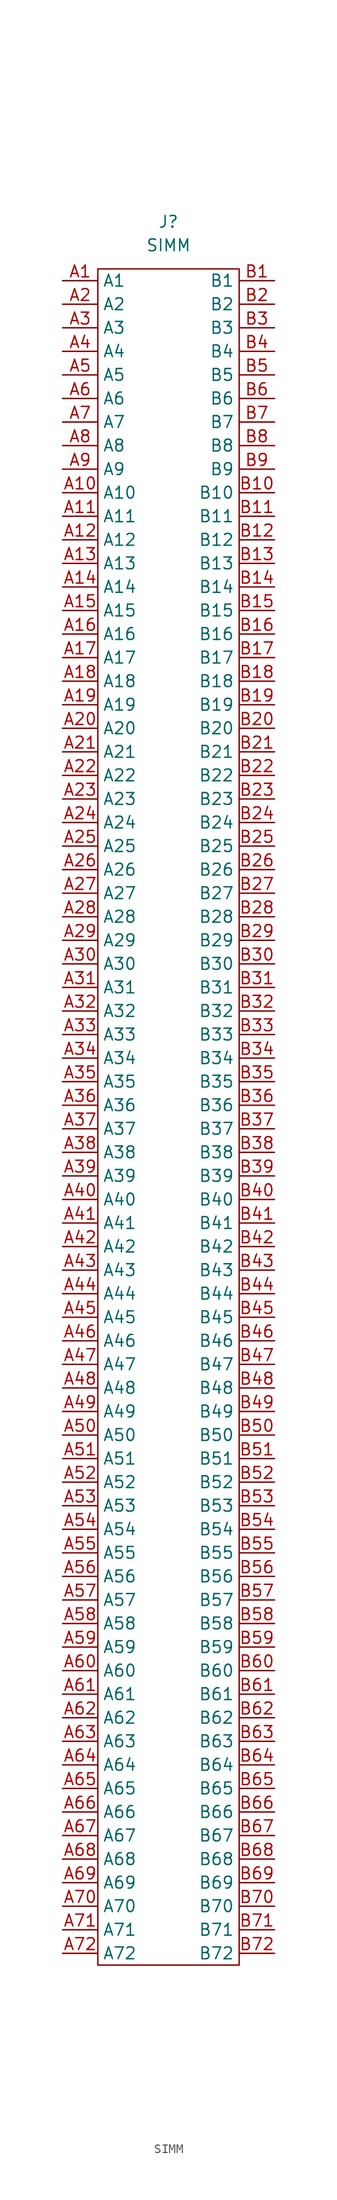
<source format=kicad_sym>
(kicad_symbol_lib
  (version 20211014)
  (generator kicad_symbol_editor)
  (symbol "SIMM"
    (property "Reference" "J"
      (at 0 93.98 0)
      (effects (font (size 1.27 1.27))))
    (property "Value" "SIMM"
      (at 0 91.44 0)
      (effects (font (size 1.27 1.27))))
    (symbol "SIMM_0_1"
      (rectangle (start -7.62 88.9) (end 7.62 -93.98) (stroke (width 0) (type default) (color 0 0 0 0)) (fill (type none))))
    (symbol "SIMM_1_1"
      (pin input line (at -11.43 87.63 0) (length 3.81) (name "A1" (effects (font (size 1.27 1.27)))) (number "A1" (effects (font (size 1.27 1.27)))))
      (pin input line (at -11.43 64.77 0) (length 3.81) (name "A10" (effects (font (size 1.27 1.27)))) (number "A10" (effects (font (size 1.27 1.27)))))
      (pin input line (at -11.43 62.23 0) (length 3.81) (name "A11" (effects (font (size 1.27 1.27)))) (number "A11" (effects (font (size 1.27 1.27)))))
      (pin input line (at -11.43 59.69 0) (length 3.81) (name "A12" (effects (font (size 1.27 1.27)))) (number "A12" (effects (font (size 1.27 1.27)))))
      (pin input line (at -11.43 57.15 0) (length 3.81) (name "A13" (effects (font (size 1.27 1.27)))) (number "A13" (effects (font (size 1.27 1.27)))))
      (pin input line (at -11.43 54.61 0) (length 3.81) (name "A14" (effects (font (size 1.27 1.27)))) (number "A14" (effects (font (size 1.27 1.27)))))
      (pin input line (at -11.43 52.07 0) (length 3.81) (name "A15" (effects (font (size 1.27 1.27)))) (number "A15" (effects (font (size 1.27 1.27)))))
      (pin input line (at -11.43 49.53 0) (length 3.81) (name "A16" (effects (font (size 1.27 1.27)))) (number "A16" (effects (font (size 1.27 1.27)))))
      (pin input line (at -11.43 46.99 0) (length 3.81) (name "A17" (effects (font (size 1.27 1.27)))) (number "A17" (effects (font (size 1.27 1.27)))))
      (pin input line (at -11.43 44.45 0) (length 3.81) (name "A18" (effects (font (size 1.27 1.27)))) (number "A18" (effects (font (size 1.27 1.27)))))
      (pin input line (at -11.43 41.91 0) (length 3.81) (name "A19" (effects (font (size 1.27 1.27)))) (number "A19" (effects (font (size 1.27 1.27)))))
      (pin input line (at -11.43 85.09 0) (length 3.81) (name "A2" (effects (font (size 1.27 1.27)))) (number "A2" (effects (font (size 1.27 1.27)))))
      (pin input line (at -11.43 39.37 0) (length 3.81) (name "A20" (effects (font (size 1.27 1.27)))) (number "A20" (effects (font (size 1.27 1.27)))))
      (pin input line (at -11.43 36.83 0) (length 3.81) (name "A21" (effects (font (size 1.27 1.27)))) (number "A21" (effects (font (size 1.27 1.27)))))
      (pin input line (at -11.43 34.29 0) (length 3.81) (name "A22" (effects (font (size 1.27 1.27)))) (number "A22" (effects (font (size 1.27 1.27)))))
      (pin input line (at -11.43 31.75 0) (length 3.81) (name "A23" (effects (font (size 1.27 1.27)))) (number "A23" (effects (font (size 1.27 1.27)))))
      (pin input line (at -11.43 29.21 0) (length 3.81) (name "A24" (effects (font (size 1.27 1.27)))) (number "A24" (effects (font (size 1.27 1.27)))))
      (pin input line (at -11.43 26.67 0) (length 3.81) (name "A25" (effects (font (size 1.27 1.27)))) (number "A25" (effects (font (size 1.27 1.27)))))
      (pin input line (at -11.43 24.13 0) (length 3.81) (name "A26" (effects (font (size 1.27 1.27)))) (number "A26" (effects (font (size 1.27 1.27)))))
      (pin input line (at -11.43 21.59 0) (length 3.81) (name "A27" (effects (font (size 1.27 1.27)))) (number "A27" (effects (font (size 1.27 1.27)))))
      (pin input line (at -11.43 19.05 0) (length 3.81) (name "A28" (effects (font (size 1.27 1.27)))) (number "A28" (effects (font (size 1.27 1.27)))))
      (pin input line (at -11.43 16.51 0) (length 3.81) (name "A29" (effects (font (size 1.27 1.27)))) (number "A29" (effects (font (size 1.27 1.27)))))
      (pin input line (at -11.43 82.55 0) (length 3.81) (name "A3" (effects (font (size 1.27 1.27)))) (number "A3" (effects (font (size 1.27 1.27)))))
      (pin input line (at -11.43 13.97 0) (length 3.81) (name "A30" (effects (font (size 1.27 1.27)))) (number "A30" (effects (font (size 1.27 1.27)))))
      (pin input line (at -11.43 11.43 0) (length 3.81) (name "A31" (effects (font (size 1.27 1.27)))) (number "A31" (effects (font (size 1.27 1.27)))))
      (pin input line (at -11.43 8.89 0) (length 3.81) (name "A32" (effects (font (size 1.27 1.27)))) (number "A32" (effects (font (size 1.27 1.27)))))
      (pin input line (at -11.43 6.35 0) (length 3.81) (name "A33" (effects (font (size 1.27 1.27)))) (number "A33" (effects (font (size 1.27 1.27)))))
      (pin input line (at -11.43 3.81 0) (length 3.81) (name "A34" (effects (font (size 1.27 1.27)))) (number "A34" (effects (font (size 1.27 1.27)))))
      (pin input line (at -11.43 1.27 0) (length 3.81) (name "A35" (effects (font (size 1.27 1.27)))) (number "A35" (effects (font (size 1.27 1.27)))))
      (pin input line (at -11.43 -1.27 0) (length 3.81) (name "A36" (effects (font (size 1.27 1.27)))) (number "A36" (effects (font (size 1.27 1.27)))))
      (pin input line (at -11.43 -3.81 0) (length 3.81) (name "A37" (effects (font (size 1.27 1.27)))) (number "A37" (effects (font (size 1.27 1.27)))))
      (pin input line (at -11.43 -6.35 0) (length 3.81) (name "A38" (effects (font (size 1.27 1.27)))) (number "A38" (effects (font (size 1.27 1.27)))))
      (pin input line (at -11.43 -8.89 0) (length 3.81) (name "A39" (effects (font (size 1.27 1.27)))) (number "A39" (effects (font (size 1.27 1.27)))))
      (pin input line (at -11.43 80.01 0) (length 3.81) (name "A4" (effects (font (size 1.27 1.27)))) (number "A4" (effects (font (size 1.27 1.27)))))
      (pin input line (at -11.43 -11.43 0) (length 3.81) (name "A40" (effects (font (size 1.27 1.27)))) (number "A40" (effects (font (size 1.27 1.27)))))
      (pin input line (at -11.43 -13.97 0) (length 3.81) (name "A41" (effects (font (size 1.27 1.27)))) (number "A41" (effects (font (size 1.27 1.27)))))
      (pin input line (at -11.43 -16.51 0) (length 3.81) (name "A42" (effects (font (size 1.27 1.27)))) (number "A42" (effects (font (size 1.27 1.27)))))
      (pin input line (at -11.43 -19.05 0) (length 3.81) (name "A43" (effects (font (size 1.27 1.27)))) (number "A43" (effects (font (size 1.27 1.27)))))
      (pin input line (at -11.43 -21.59 0) (length 3.81) (name "A44" (effects (font (size 1.27 1.27)))) (number "A44" (effects (font (size 1.27 1.27)))))
      (pin input line (at -11.43 -24.13 0) (length 3.81) (name "A45" (effects (font (size 1.27 1.27)))) (number "A45" (effects (font (size 1.27 1.27)))))
      (pin input line (at -11.43 -26.67 0) (length 3.81) (name "A46" (effects (font (size 1.27 1.27)))) (number "A46" (effects (font (size 1.27 1.27)))))
      (pin input line (at -11.43 -29.21 0) (length 3.81) (name "A47" (effects (font (size 1.27 1.27)))) (number "A47" (effects (font (size 1.27 1.27)))))
      (pin input line (at -11.43 -31.75 0) (length 3.81) (name "A48" (effects (font (size 1.27 1.27)))) (number "A48" (effects (font (size 1.27 1.27)))))
      (pin input line (at -11.43 -34.29 0) (length 3.81) (name "A49" (effects (font (size 1.27 1.27)))) (number "A49" (effects (font (size 1.27 1.27)))))
      (pin input line (at -11.43 77.47 0) (length 3.81) (name "A5" (effects (font (size 1.27 1.27)))) (number "A5" (effects (font (size 1.27 1.27)))))
      (pin input line (at -11.43 -36.83 0) (length 3.81) (name "A50" (effects (font (size 1.27 1.27)))) (number "A50" (effects (font (size 1.27 1.27)))))
      (pin input line (at -11.43 -39.37 0) (length 3.81) (name "A51" (effects (font (size 1.27 1.27)))) (number "A51" (effects (font (size 1.27 1.27)))))
      (pin input line (at -11.43 -41.91 0) (length 3.81) (name "A52" (effects (font (size 1.27 1.27)))) (number "A52" (effects (font (size 1.27 1.27)))))
      (pin input line (at -11.43 -44.45 0) (length 3.81) (name "A53" (effects (font (size 1.27 1.27)))) (number "A53" (effects (font (size 1.27 1.27)))))
      (pin input line (at -11.43 -46.99 0) (length 3.81) (name "A54" (effects (font (size 1.27 1.27)))) (number "A54" (effects (font (size 1.27 1.27)))))
      (pin input line (at -11.43 -49.53 0) (length 3.81) (name "A55" (effects (font (size 1.27 1.27)))) (number "A55" (effects (font (size 1.27 1.27)))))
      (pin input line (at -11.43 -52.07 0) (length 3.81) (name "A56" (effects (font (size 1.27 1.27)))) (number "A56" (effects (font (size 1.27 1.27)))))
      (pin input line (at -11.43 -54.61 0) (length 3.81) (name "A57" (effects (font (size 1.27 1.27)))) (number "A57" (effects (font (size 1.27 1.27)))))
      (pin input line (at -11.43 -57.15 0) (length 3.81) (name "A58" (effects (font (size 1.27 1.27)))) (number "A58" (effects (font (size 1.27 1.27)))))
      (pin input line (at -11.43 -59.69 0) (length 3.81) (name "A59" (effects (font (size 1.27 1.27)))) (number "A59" (effects (font (size 1.27 1.27)))))
      (pin input line (at -11.43 74.93 0) (length 3.81) (name "A6" (effects (font (size 1.27 1.27)))) (number "A6" (effects (font (size 1.27 1.27)))))
      (pin input line (at -11.43 -62.23 0) (length 3.81) (name "A60" (effects (font (size 1.27 1.27)))) (number "A60" (effects (font (size 1.27 1.27)))))
      (pin input line (at -11.43 -64.77 0) (length 3.81) (name "A61" (effects (font (size 1.27 1.27)))) (number "A61" (effects (font (size 1.27 1.27)))))
      (pin input line (at -11.43 -67.31 0) (length 3.81) (name "A62" (effects (font (size 1.27 1.27)))) (number "A62" (effects (font (size 1.27 1.27)))))
      (pin input line (at -11.43 -69.85 0) (length 3.81) (name "A63" (effects (font (size 1.27 1.27)))) (number "A63" (effects (font (size 1.27 1.27)))))
      (pin input line (at -11.43 -72.39 0) (length 3.81) (name "A64" (effects (font (size 1.27 1.27)))) (number "A64" (effects (font (size 1.27 1.27)))))
      (pin input line (at -11.43 -74.93 0) (length 3.81) (name "A65" (effects (font (size 1.27 1.27)))) (number "A65" (effects (font (size 1.27 1.27)))))
      (pin input line (at -11.43 -77.47 0) (length 3.81) (name "A66" (effects (font (size 1.27 1.27)))) (number "A66" (effects (font (size 1.27 1.27)))))
      (pin input line (at -11.43 -80.01 0) (length 3.81) (name "A67" (effects (font (size 1.27 1.27)))) (number "A67" (effects (font (size 1.27 1.27)))))
      (pin input line (at -11.43 -82.55 0) (length 3.81) (name "A68" (effects (font (size 1.27 1.27)))) (number "A68" (effects (font (size 1.27 1.27)))))
      (pin input line (at -11.43 -85.09 0) (length 3.81) (name "A69" (effects (font (size 1.27 1.27)))) (number "A69" (effects (font (size 1.27 1.27)))))
      (pin input line (at -11.43 72.39 0) (length 3.81) (name "A7" (effects (font (size 1.27 1.27)))) (number "A7" (effects (font (size 1.27 1.27)))))
      (pin input line (at -11.43 -87.63 0) (length 3.81) (name "A70" (effects (font (size 1.27 1.27)))) (number "A70" (effects (font (size 1.27 1.27)))))
      (pin input line (at -11.43 -90.17 0) (length 3.81) (name "A71" (effects (font (size 1.27 1.27)))) (number "A71" (effects (font (size 1.27 1.27)))))
      (pin input line (at -11.43 -92.71 0) (length 3.81) (name "A72" (effects (font (size 1.27 1.27)))) (number "A72" (effects (font (size 1.27 1.27)))))
      (pin input line (at -11.43 69.85 0) (length 3.81) (name "A8" (effects (font (size 1.27 1.27)))) (number "A8" (effects (font (size 1.27 1.27)))))
      (pin input line (at -11.43 67.31 0) (length 3.81) (name "A9" (effects (font (size 1.27 1.27)))) (number "A9" (effects (font (size 1.27 1.27)))))
      (pin input line (at 11.43 87.63 180) (length 3.81) (name "B1" (effects (font (size 1.27 1.27)))) (number "B1" (effects (font (size 1.27 1.27)))))
      (pin input line (at 11.43 64.77 180) (length 3.81) (name "B10" (effects (font (size 1.27 1.27)))) (number "B10" (effects (font (size 1.27 1.27)))))
      (pin input line (at 11.43 62.23 180) (length 3.81) (name "B11" (effects (font (size 1.27 1.27)))) (number "B11" (effects (font (size 1.27 1.27)))))
      (pin input line (at 11.43 59.69 180) (length 3.81) (name "B12" (effects (font (size 1.27 1.27)))) (number "B12" (effects (font (size 1.27 1.27)))))
      (pin input line (at 11.43 57.15 180) (length 3.81) (name "B13" (effects (font (size 1.27 1.27)))) (number "B13" (effects (font (size 1.27 1.27)))))
      (pin input line (at 11.43 54.61 180) (length 3.81) (name "B14" (effects (font (size 1.27 1.27)))) (number "B14" (effects (font (size 1.27 1.27)))))
      (pin input line (at 11.43 52.07 180) (length 3.81) (name "B15" (effects (font (size 1.27 1.27)))) (number "B15" (effects (font (size 1.27 1.27)))))
      (pin input line (at 11.43 49.53 180) (length 3.81) (name "B16" (effects (font (size 1.27 1.27)))) (number "B16" (effects (font (size 1.27 1.27)))))
      (pin input line (at 11.43 46.99 180) (length 3.81) (name "B17" (effects (font (size 1.27 1.27)))) (number "B17" (effects (font (size 1.27 1.27)))))
      (pin input line (at 11.43 44.45 180) (length 3.81) (name "B18" (effects (font (size 1.27 1.27)))) (number "B18" (effects (font (size 1.27 1.27)))))
      (pin input line (at 11.43 41.91 180) (length 3.81) (name "B19" (effects (font (size 1.27 1.27)))) (number "B19" (effects (font (size 1.27 1.27)))))
      (pin input line (at 11.43 85.09 180) (length 3.81) (name "B2" (effects (font (size 1.27 1.27)))) (number "B2" (effects (font (size 1.27 1.27)))))
      (pin input line (at 11.43 39.37 180) (length 3.81) (name "B20" (effects (font (size 1.27 1.27)))) (number "B20" (effects (font (size 1.27 1.27)))))
      (pin input line (at 11.43 36.83 180) (length 3.81) (name "B21" (effects (font (size 1.27 1.27)))) (number "B21" (effects (font (size 1.27 1.27)))))
      (pin input line (at 11.43 34.29 180) (length 3.81) (name "B22" (effects (font (size 1.27 1.27)))) (number "B22" (effects (font (size 1.27 1.27)))))
      (pin input line (at 11.43 31.75 180) (length 3.81) (name "B23" (effects (font (size 1.27 1.27)))) (number "B23" (effects (font (size 1.27 1.27)))))
      (pin input line (at 11.43 29.21 180) (length 3.81) (name "B24" (effects (font (size 1.27 1.27)))) (number "B24" (effects (font (size 1.27 1.27)))))
      (pin input line (at 11.43 26.67 180) (length 3.81) (name "B25" (effects (font (size 1.27 1.27)))) (number "B25" (effects (font (size 1.27 1.27)))))
      (pin input line (at 11.43 24.13 180) (length 3.81) (name "B26" (effects (font (size 1.27 1.27)))) (number "B26" (effects (font (size 1.27 1.27)))))
      (pin input line (at 11.43 21.59 180) (length 3.81) (name "B27" (effects (font (size 1.27 1.27)))) (number "B27" (effects (font (size 1.27 1.27)))))
      (pin input line (at 11.43 19.05 180) (length 3.81) (name "B28" (effects (font (size 1.27 1.27)))) (number "B28" (effects (font (size 1.27 1.27)))))
      (pin input line (at 11.43 16.51 180) (length 3.81) (name "B29" (effects (font (size 1.27 1.27)))) (number "B29" (effects (font (size 1.27 1.27)))))
      (pin input line (at 11.43 82.55 180) (length 3.81) (name "B3" (effects (font (size 1.27 1.27)))) (number "B3" (effects (font (size 1.27 1.27)))))
      (pin input line (at 11.43 13.97 180) (length 3.81) (name "B30" (effects (font (size 1.27 1.27)))) (number "B30" (effects (font (size 1.27 1.27)))))
      (pin input line (at 11.43 11.43 180) (length 3.81) (name "B31" (effects (font (size 1.27 1.27)))) (number "B31" (effects (font (size 1.27 1.27)))))
      (pin input line (at 11.43 8.89 180) (length 3.81) (name "B32" (effects (font (size 1.27 1.27)))) (number "B32" (effects (font (size 1.27 1.27)))))
      (pin input line (at 11.43 6.35 180) (length 3.81) (name "B33" (effects (font (size 1.27 1.27)))) (number "B33" (effects (font (size 1.27 1.27)))))
      (pin input line (at 11.43 3.81 180) (length 3.81) (name "B34" (effects (font (size 1.27 1.27)))) (number "B34" (effects (font (size 1.27 1.27)))))
      (pin input line (at 11.43 1.27 180) (length 3.81) (name "B35" (effects (font (size 1.27 1.27)))) (number "B35" (effects (font (size 1.27 1.27)))))
      (pin input line (at 11.43 -1.27 180) (length 3.81) (name "B36" (effects (font (size 1.27 1.27)))) (number "B36" (effects (font (size 1.27 1.27)))))
      (pin input line (at 11.43 -3.81 180) (length 3.81) (name "B37" (effects (font (size 1.27 1.27)))) (number "B37" (effects (font (size 1.27 1.27)))))
      (pin input line (at 11.43 -6.35 180) (length 3.81) (name "B38" (effects (font (size 1.27 1.27)))) (number "B38" (effects (font (size 1.27 1.27)))))
      (pin input line (at 11.43 -8.89 180) (length 3.81) (name "B39" (effects (font (size 1.27 1.27)))) (number "B39" (effects (font (size 1.27 1.27)))))
      (pin input line (at 11.43 80.01 180) (length 3.81) (name "B4" (effects (font (size 1.27 1.27)))) (number "B4" (effects (font (size 1.27 1.27)))))
      (pin input line (at 11.43 -11.43 180) (length 3.81) (name "B40" (effects (font (size 1.27 1.27)))) (number "B40" (effects (font (size 1.27 1.27)))))
      (pin input line (at 11.43 -13.97 180) (length 3.81) (name "B41" (effects (font (size 1.27 1.27)))) (number "B41" (effects (font (size 1.27 1.27)))))
      (pin input line (at 11.43 -16.51 180) (length 3.81) (name "B42" (effects (font (size 1.27 1.27)))) (number "B42" (effects (font (size 1.27 1.27)))))
      (pin input line (at 11.43 -19.05 180) (length 3.81) (name "B43" (effects (font (size 1.27 1.27)))) (number "B43" (effects (font (size 1.27 1.27)))))
      (pin input line (at 11.43 -21.59 180) (length 3.81) (name "B44" (effects (font (size 1.27 1.27)))) (number "B44" (effects (font (size 1.27 1.27)))))
      (pin input line (at 11.43 -24.13 180) (length 3.81) (name "B45" (effects (font (size 1.27 1.27)))) (number "B45" (effects (font (size 1.27 1.27)))))
      (pin input line (at 11.43 -26.67 180) (length 3.81) (name "B46" (effects (font (size 1.27 1.27)))) (number "B46" (effects (font (size 1.27 1.27)))))
      (pin input line (at 11.43 -29.21 180) (length 3.81) (name "B47" (effects (font (size 1.27 1.27)))) (number "B47" (effects (font (size 1.27 1.27)))))
      (pin input line (at 11.43 -31.75 180) (length 3.81) (name "B48" (effects (font (size 1.27 1.27)))) (number "B48" (effects (font (size 1.27 1.27)))))
      (pin input line (at 11.43 -34.29 180) (length 3.81) (name "B49" (effects (font (size 1.27 1.27)))) (number "B49" (effects (font (size 1.27 1.27)))))
      (pin input line (at 11.43 77.47 180) (length 3.81) (name "B5" (effects (font (size 1.27 1.27)))) (number "B5" (effects (font (size 1.27 1.27)))))
      (pin input line (at 11.43 -36.83 180) (length 3.81) (name "B50" (effects (font (size 1.27 1.27)))) (number "B50" (effects (font (size 1.27 1.27)))))
      (pin input line (at 11.43 -39.37 180) (length 3.81) (name "B51" (effects (font (size 1.27 1.27)))) (number "B51" (effects (font (size 1.27 1.27)))))
      (pin input line (at 11.43 -41.91 180) (length 3.81) (name "B52" (effects (font (size 1.27 1.27)))) (number "B52" (effects (font (size 1.27 1.27)))))
      (pin input line (at 11.43 -44.45 180) (length 3.81) (name "B53" (effects (font (size 1.27 1.27)))) (number "B53" (effects (font (size 1.27 1.27)))))
      (pin input line (at 11.43 -46.99 180) (length 3.81) (name "B54" (effects (font (size 1.27 1.27)))) (number "B54" (effects (font (size 1.27 1.27)))))
      (pin input line (at 11.43 -49.53 180) (length 3.81) (name "B55" (effects (font (size 1.27 1.27)))) (number "B55" (effects (font (size 1.27 1.27)))))
      (pin input line (at 11.43 -52.07 180) (length 3.81) (name "B56" (effects (font (size 1.27 1.27)))) (number "B56" (effects (font (size 1.27 1.27)))))
      (pin input line (at 11.43 -54.61 180) (length 3.81) (name "B57" (effects (font (size 1.27 1.27)))) (number "B57" (effects (font (size 1.27 1.27)))))
      (pin input line (at 11.43 -57.15 180) (length 3.81) (name "B58" (effects (font (size 1.27 1.27)))) (number "B58" (effects (font (size 1.27 1.27)))))
      (pin input line (at 11.43 -59.69 180) (length 3.81) (name "B59" (effects (font (size 1.27 1.27)))) (number "B59" (effects (font (size 1.27 1.27)))))
      (pin input line (at 11.43 74.93 180) (length 3.81) (name "B6" (effects (font (size 1.27 1.27)))) (number "B6" (effects (font (size 1.27 1.27)))))
      (pin input line (at 11.43 -62.23 180) (length 3.81) (name "B60" (effects (font (size 1.27 1.27)))) (number "B60" (effects (font (size 1.27 1.27)))))
      (pin input line (at 11.43 -64.77 180) (length 3.81) (name "B61" (effects (font (size 1.27 1.27)))) (number "B61" (effects (font (size 1.27 1.27)))))
      (pin input line (at 11.43 -67.31 180) (length 3.81) (name "B62" (effects (font (size 1.27 1.27)))) (number "B62" (effects (font (size 1.27 1.27)))))
      (pin input line (at 11.43 -69.85 180) (length 3.81) (name "B63" (effects (font (size 1.27 1.27)))) (number "B63" (effects (font (size 1.27 1.27)))))
      (pin input line (at 11.43 -72.39 180) (length 3.81) (name "B64" (effects (font (size 1.27 1.27)))) (number "B64" (effects (font (size 1.27 1.27)))))
      (pin input line (at 11.43 -74.93 180) (length 3.81) (name "B65" (effects (font (size 1.27 1.27)))) (number "B65" (effects (font (size 1.27 1.27)))))
      (pin input line (at 11.43 -77.47 180) (length 3.81) (name "B66" (effects (font (size 1.27 1.27)))) (number "B66" (effects (font (size 1.27 1.27)))))
      (pin input line (at 11.43 -80.01 180) (length 3.81) (name "B67" (effects (font (size 1.27 1.27)))) (number "B67" (effects (font (size 1.27 1.27)))))
      (pin input line (at 11.43 -82.55 180) (length 3.81) (name "B68" (effects (font (size 1.27 1.27)))) (number "B68" (effects (font (size 1.27 1.27)))))
      (pin input line (at 11.43 -85.09 180) (length 3.81) (name "B69" (effects (font (size 1.27 1.27)))) (number "B69" (effects (font (size 1.27 1.27)))))
      (pin input line (at 11.43 72.39 180) (length 3.81) (name "B7" (effects (font (size 1.27 1.27)))) (number "B7" (effects (font (size 1.27 1.27)))))
      (pin input line (at 11.43 -87.63 180) (length 3.81) (name "B70" (effects (font (size 1.27 1.27)))) (number "B70" (effects (font (size 1.27 1.27)))))
      (pin input line (at 11.43 -90.17 180) (length 3.81) (name "B71" (effects (font (size 1.27 1.27)))) (number "B71" (effects (font (size 1.27 1.27)))))
      (pin input line (at 11.43 -92.71 180) (length 3.81) (name "B72" (effects (font (size 1.27 1.27)))) (number "B72" (effects (font (size 1.27 1.27)))))
      (pin input line (at 11.43 69.85 180) (length 3.81) (name "B8" (effects (font (size 1.27 1.27)))) (number "B8" (effects (font (size 1.27 1.27)))))
      (pin input line (at 11.43 67.31 180) (length 3.81) (name "B9" (effects (font (size 1.27 1.27)))) (number "B9" (effects (font (size 1.27 1.27))))))))
</source>
